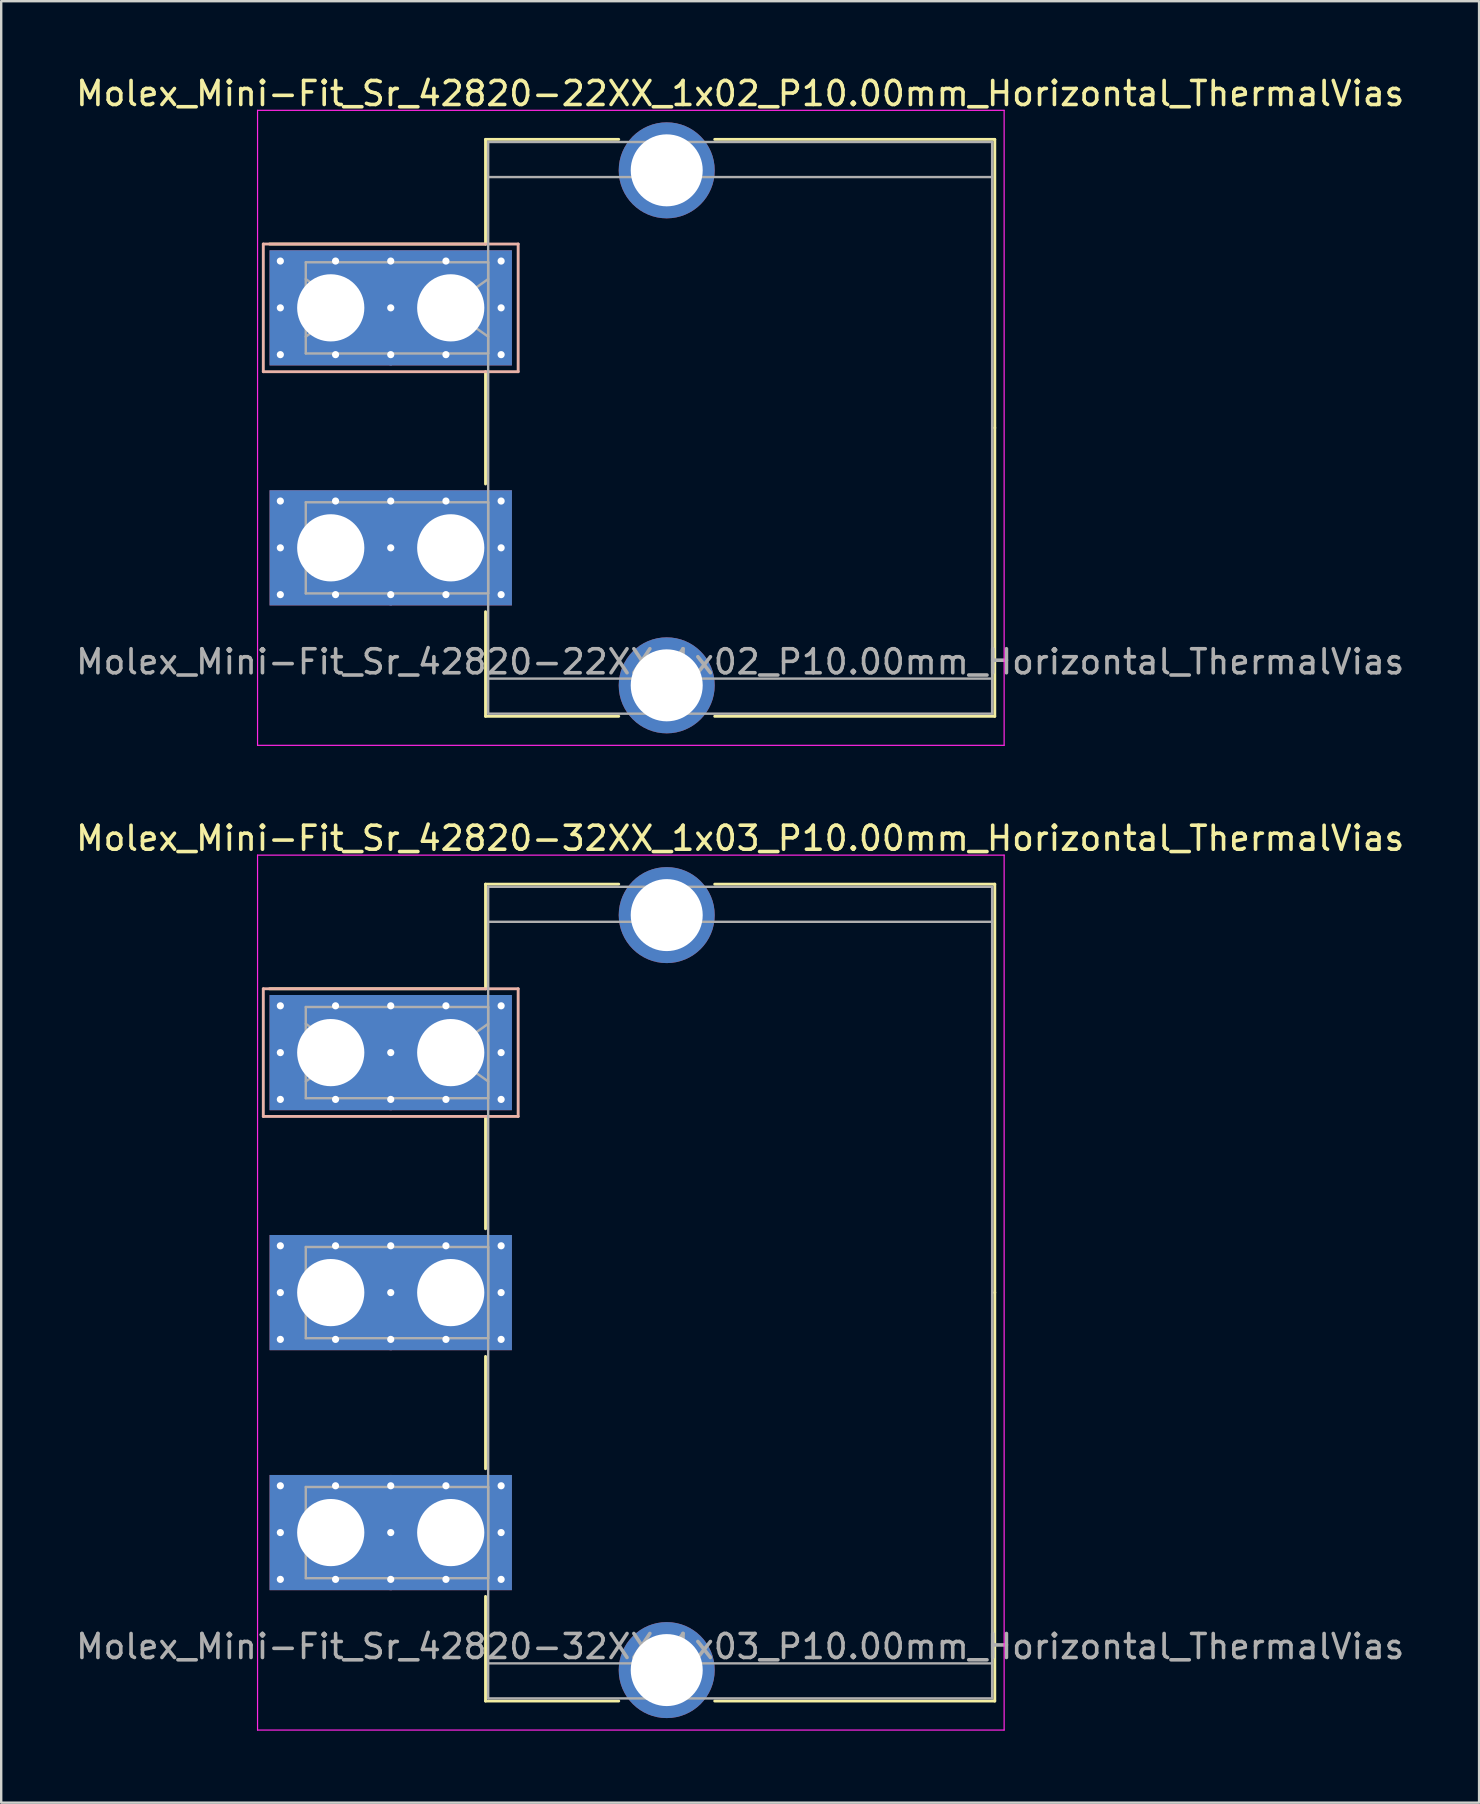
<source format=kicad_pcb>
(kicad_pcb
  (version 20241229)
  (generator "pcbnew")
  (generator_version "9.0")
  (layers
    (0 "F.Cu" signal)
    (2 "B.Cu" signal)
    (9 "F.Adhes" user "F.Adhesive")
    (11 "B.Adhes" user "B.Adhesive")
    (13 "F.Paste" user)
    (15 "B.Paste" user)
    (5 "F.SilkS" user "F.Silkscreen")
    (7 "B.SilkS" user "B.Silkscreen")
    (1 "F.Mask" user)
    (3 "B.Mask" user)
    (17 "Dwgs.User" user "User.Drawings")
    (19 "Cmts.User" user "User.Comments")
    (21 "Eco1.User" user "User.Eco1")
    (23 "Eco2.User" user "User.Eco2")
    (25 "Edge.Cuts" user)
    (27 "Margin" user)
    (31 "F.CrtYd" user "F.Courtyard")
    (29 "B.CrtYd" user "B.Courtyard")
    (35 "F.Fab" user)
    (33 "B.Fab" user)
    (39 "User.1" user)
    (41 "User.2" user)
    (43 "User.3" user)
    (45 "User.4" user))
  (footprint "Molex_Mini-Fit_Sr_42820-32XX_1x03_P10.00mm_Horizontal_ThermalVias"
    (layer "F.Cu")
    (at 10.732 40.812)
    (property "Reference" "Molex_Mini-Fit_Sr_42820-32XX_1x03_P10.00mm_Horizontal_ThermalVias" (at 17.06 -8.93 0) (layer "F.SilkS") (effects (font (size 1 1) (thickness 0.15))))
    (attr through_hole)
    (fp_line (start 6.45 -7.02) (end 12 -7.02) (stroke (width 0.12) (type solid)) (layer "F.SilkS"))
    (fp_line (start 6.45 -2.66) (end -2.55 -2.66) (stroke (width 0.12) (type solid)) (layer "F.SilkS"))
    (fp_line (start 6.45 -2.66) (end 6.45 -7.02) (stroke (width 0.12) (type solid)) (layer "F.SilkS"))
    (fp_line (start 6.45 2.66) (end 6.45 7.34) (stroke (width 0.12) (type solid)) (layer "F.SilkS"))
    (fp_line (start 6.45 12.66) (end 6.45 17.34) (stroke (width 0.12) (type solid)) (layer "F.SilkS"))
    (fp_line (start 6.45 22.66) (end 6.45 27.02) (stroke (width 0.12) (type solid)) (layer "F.SilkS"))
    (fp_line (start 6.45 27.02) (end 12 27.02) (stroke (width 0.12) (type solid)) (layer "F.SilkS"))
    (fp_line (start 16 -7.02) (end 27.67 -7.02) (stroke (width 0.12) (type solid)) (layer "F.SilkS"))
    (fp_line (start 16 27.02) (end 27.67 27.02) (stroke (width 0.12) (type solid)) (layer "F.SilkS"))
    (fp_line (start 27.67 -7.02) (end 27.67 10) (stroke (width 0.12) (type solid)) (layer "F.SilkS"))
    (fp_line (start 27.67 27.02) (end 27.67 10) (stroke (width 0.12) (type solid)) (layer "F.SilkS"))
    (fp_line (start -2.81 -2.66) (end -2.81 2.66) (stroke (width 0.12) (type solid)) (layer "B.SilkS"))
    (fp_line (start -2.81 2.66) (end 7.81 2.66) (stroke (width 0.12) (type solid)) (layer "B.SilkS"))
    (fp_line (start 7.81 -2.66) (end -2.81 -2.66) (stroke (width 0.12) (type solid)) (layer "B.SilkS"))
    (fp_line (start 7.81 2.66) (end 7.81 -2.66) (stroke (width 0.12) (type solid)) (layer "B.SilkS"))
    (fp_line (start -3.05 -8.23) (end -3.05 28.23) (stroke (width 0.05) (type solid)) (layer "F.CrtYd"))
    (fp_line (start -3.05 28.23) (end 28.06 28.23) (stroke (width 0.05) (type solid)) (layer "F.CrtYd"))
    (fp_line (start 28.06 -8.23) (end -3.05 -8.23) (stroke (width 0.05) (type solid)) (layer "F.CrtYd"))
    (fp_line (start 28.06 28.23) (end 28.06 -8.23) (stroke (width 0.05) (type solid)) (layer "F.CrtYd"))
    (fp_line (start -1.04 -1.9) (end 6.56 -1.9) (stroke (width 0.1) (type solid)) (layer "F.Fab"))
    (fp_line (start -1.04 -1.2) (end 0.657 0) (stroke (width 0.1) (type solid)) (layer "F.Fab"))
    (fp_line (start -1.04 1.9) (end -1.04 -1.9) (stroke (width 0.1) (type solid)) (layer "F.Fab"))
    (fp_line (start -1.04 8.1) (end 6.56 8.1) (stroke (width 0.1) (type solid)) (layer "F.Fab"))
    (fp_line (start -1.04 11.9) (end -1.04 8.1) (stroke (width 0.1) (type solid)) (layer "F.Fab"))
    (fp_line (start -1.04 18.1) (end 6.56 18.1) (stroke (width 0.1) (type solid)) (layer "F.Fab"))
    (fp_line (start -1.04 21.9) (end -1.04 18.1) (stroke (width 0.1) (type solid)) (layer "F.Fab"))
    (fp_line (start 0.657 0) (end -1.04 1.2) (stroke (width 0.1) (type solid)) (layer "F.Fab"))
    (fp_line (start 4.863 0) (end 6.56 1.2) (stroke (width 0.1) (type solid)) (layer "F.Fab"))
    (fp_line (start 6.56 -6.91) (end 6.56 26.91) (stroke (width 0.1) (type solid)) (layer "F.Fab"))
    (fp_line (start 6.56 -5.45) (end 27.56 -5.45) (stroke (width 0.1) (type solid)) (layer "F.Fab"))
    (fp_line (start 6.56 -1.9) (end 6.56 1.9) (stroke (width 0.1) (type solid)) (layer "F.Fab"))
    (fp_line (start 6.56 -1.2) (end 4.863 0) (stroke (width 0.1) (type solid)) (layer "F.Fab"))
    (fp_line (start 6.56 1.9) (end -1.04 1.9) (stroke (width 0.1) (type solid)) (layer "F.Fab"))
    (fp_line (start 6.56 8.1) (end 6.56 11.9) (stroke (width 0.1) (type solid)) (layer "F.Fab"))
    (fp_line (start 6.56 11.9) (end -1.04 11.9) (stroke (width 0.1) (type solid)) (layer "F.Fab"))
    (fp_line (start 6.56 18.1) (end 6.56 21.9) (stroke (width 0.1) (type solid)) (layer "F.Fab"))
    (fp_line (start 6.56 21.9) (end -1.04 21.9) (stroke (width 0.1) (type solid)) (layer "F.Fab"))
    (fp_line (start 6.56 25.45) (end 27.56 25.45) (stroke (width 0.1) (type solid)) (layer "F.Fab"))
    (fp_line (start 6.56 26.91) (end 27.56 26.91) (stroke (width 0.1) (type solid)) (layer "F.Fab"))
    (fp_line (start 27.56 -6.91) (end 6.56 -6.91) (stroke (width 0.1) (type solid)) (layer "F.Fab"))
    (fp_line (start 27.56 26.91) (end 27.56 -6.91) (stroke (width 0.1) (type solid)) (layer "F.Fab"))
    (fp_text user "${REFERENCE}" (at 17.06 24.75 0) (layer "F.Fab") (effects (font (size 1 1) (thickness 0.15))))
    (pad "" thru_hole circle (at 14 -5.73) (size 4 4) (drill 3) (layers "*.Cu" "*.Mask"))
    (pad "" thru_hole circle (at 14 25.73) (size 4 4) (drill 3) (layers "*.Cu" "*.Mask"))
    (pad "1" thru_hole roundrect (at -2.1 -1.95) (size 0.6 0.6) (drill 0.3) (layers "*.Cu" "*.Mask") (roundrect_rratio 0.25))
    (pad "1" thru_hole roundrect (at -2.1 0) (size 0.6 0.6) (drill 0.3) (layers "*.Cu" "*.Mask") (roundrect_rratio 0.25))
    (pad "1" thru_hole roundrect (at -2.1 1.95) (size 0.6 0.6) (drill 0.3) (layers "*.Cu" "*.Mask") (roundrect_rratio 0.25))
    (pad "1" thru_hole rect (at 0 0) (size 5.1 4.8) (drill 2.8) (layers "*.Cu" "*.Mask"))
    (pad "1" thru_hole roundrect (at 0.2 -1.95) (size 0.6 0.6) (drill 0.3) (layers "*.Cu" "*.Mask") (roundrect_rratio 0.25))
    (pad "1" thru_hole roundrect (at 0.2 1.95) (size 0.6 0.6) (drill 0.3) (layers "*.Cu" "*.Mask") (roundrect_rratio 0.25))
    (pad "1" thru_hole roundrect (at 2.5 -1.95) (size 0.6 0.6) (drill 0.3) (layers "*.Cu" "*.Mask") (roundrect_rratio 0.25))
    (pad "1" thru_hole roundrect (at 2.5 0) (size 0.6 0.6) (drill 0.3) (layers "*.Cu" "*.Mask") (roundrect_rratio 0.25))
    (pad "1" thru_hole roundrect (at 2.5 1.95) (size 0.6 0.6) (drill 0.3) (layers "*.Cu" "*.Mask") (roundrect_rratio 0.25))
    (pad "1" thru_hole roundrect (at 4.8 -1.95) (size 0.6 0.6) (drill 0.3) (layers "*.Cu" "*.Mask") (roundrect_rratio 0.25))
    (pad "1" thru_hole roundrect (at 4.8 1.95) (size 0.6 0.6) (drill 0.3) (layers "*.Cu" "*.Mask") (roundrect_rratio 0.25))
    (pad "1" thru_hole rect (at 5 0) (size 5.1 4.8) (drill 2.8) (layers "*.Cu" "*.Mask"))
    (pad "1" thru_hole roundrect (at 7.1 -1.95) (size 0.6 0.6) (drill 0.3) (layers "*.Cu" "*.Mask") (roundrect_rratio 0.25))
    (pad "1" thru_hole roundrect (at 7.1 0) (size 0.6 0.6) (drill 0.3) (layers "*.Cu" "*.Mask") (roundrect_rratio 0.25))
    (pad "1" thru_hole roundrect (at 7.1 1.95) (size 0.6 0.6) (drill 0.3) (layers "*.Cu" "*.Mask") (roundrect_rratio 0.25))
    (pad "2" thru_hole circle (at -2.1 8.05) (size 0.6 0.6) (drill 0.3) (layers "*.Cu" "*.Mask"))
    (pad "2" thru_hole circle (at -2.1 10) (size 0.6 0.6) (drill 0.3) (layers "*.Cu" "*.Mask"))
    (pad "2" thru_hole circle (at -2.1 11.95) (size 0.6 0.6) (drill 0.3) (layers "*.Cu" "*.Mask"))
    (pad "2" thru_hole rect (at 0 10) (size 5.1 4.8) (drill 2.8) (layers "*.Cu" "*.Mask"))
    (pad "2" thru_hole circle (at 0.2 8.05) (size 0.6 0.6) (drill 0.3) (layers "*.Cu" "*.Mask"))
    (pad "2" thru_hole circle (at 0.2 11.95) (size 0.6 0.6) (drill 0.3) (layers "*.Cu" "*.Mask"))
    (pad "2" thru_hole circle (at 2.5 8.05) (size 0.6 0.6) (drill 0.3) (layers "*.Cu" "*.Mask"))
    (pad "2" thru_hole circle (at 2.5 10) (size 0.6 0.6) (drill 0.3) (layers "*.Cu" "*.Mask"))
    (pad "2" thru_hole circle (at 2.5 11.95) (size 0.6 0.6) (drill 0.3) (layers "*.Cu" "*.Mask"))
    (pad "2" thru_hole circle (at 4.8 8.05) (size 0.6 0.6) (drill 0.3) (layers "*.Cu" "*.Mask"))
    (pad "2" thru_hole circle (at 4.8 11.95) (size 0.6 0.6) (drill 0.3) (layers "*.Cu" "*.Mask"))
    (pad "2" thru_hole rect (at 5 10) (size 5.1 4.8) (drill 2.8) (layers "*.Cu" "*.Mask"))
    (pad "2" thru_hole circle (at 7.1 8.05) (size 0.6 0.6) (drill 0.3) (layers "*.Cu" "*.Mask"))
    (pad "2" thru_hole circle (at 7.1 10) (size 0.6 0.6) (drill 0.3) (layers "*.Cu" "*.Mask"))
    (pad "2" thru_hole circle (at 7.1 11.95) (size 0.6 0.6) (drill 0.3) (layers "*.Cu" "*.Mask"))
    (pad "3" thru_hole circle (at -2.1 18.05) (size 0.6 0.6) (drill 0.3) (layers "*.Cu" "*.Mask"))
    (pad "3" thru_hole circle (at -2.1 20) (size 0.6 0.6) (drill 0.3) (layers "*.Cu" "*.Mask"))
    (pad "3" thru_hole circle (at -2.1 21.95) (size 0.6 0.6) (drill 0.3) (layers "*.Cu" "*.Mask"))
    (pad "3" thru_hole rect (at 0 20) (size 5.1 4.8) (drill 2.8) (layers "*.Cu" "*.Mask"))
    (pad "3" thru_hole circle (at 0.2 18.05) (size 0.6 0.6) (drill 0.3) (layers "*.Cu" "*.Mask"))
    (pad "3" thru_hole circle (at 0.2 21.95) (size 0.6 0.6) (drill 0.3) (layers "*.Cu" "*.Mask"))
    (pad "3" thru_hole circle (at 2.5 18.05) (size 0.6 0.6) (drill 0.3) (layers "*.Cu" "*.Mask"))
    (pad "3" thru_hole circle (at 2.5 20) (size 0.6 0.6) (drill 0.3) (layers "*.Cu" "*.Mask"))
    (pad "3" thru_hole circle (at 2.5 21.95) (size 0.6 0.6) (drill 0.3) (layers "*.Cu" "*.Mask"))
    (pad "3" thru_hole circle (at 4.8 18.05) (size 0.6 0.6) (drill 0.3) (layers "*.Cu" "*.Mask"))
    (pad "3" thru_hole circle (at 4.8 21.95) (size 0.6 0.6) (drill 0.3) (layers "*.Cu" "*.Mask"))
    (pad "3" thru_hole rect (at 5 20) (size 5.1 4.8) (drill 2.8) (layers "*.Cu" "*.Mask"))
    (pad "3" thru_hole circle (at 7.1 18.05) (size 0.6 0.6) (drill 0.3) (layers "*.Cu" "*.Mask"))
    (pad "3" thru_hole circle (at 7.1 20) (size 0.6 0.6) (drill 0.3) (layers "*.Cu" "*.Mask"))
    (pad "3" thru_hole circle (at 7.1 21.95) (size 0.6 0.6) (drill 0.3) (layers "*.Cu" "*.Mask")))
  (footprint "Molex_Mini-Fit_Sr_42820-22XX_1x02_P10.00mm_Horizontal_ThermalVias"
    (layer "F.Cu")
    (at 10.732 9.778)
    (property "Reference" "Molex_Mini-Fit_Sr_42820-22XX_1x02_P10.00mm_Horizontal_ThermalVias" (at 17.06 -8.93 0) (layer "F.SilkS") (effects (font (size 1 1) (thickness 0.15))))
    (attr through_hole)
    (fp_line (start 6.45 -7.02) (end 12 -7.02) (stroke (width 0.12) (type solid)) (layer "F.SilkS"))
    (fp_line (start 6.45 -2.66) (end -2.55 -2.66) (stroke (width 0.12) (type solid)) (layer "F.SilkS"))
    (fp_line (start 6.45 -2.66) (end 6.45 -7.02) (stroke (width 0.12) (type solid)) (layer "F.SilkS"))
    (fp_line (start 6.45 2.66) (end 6.45 7.34) (stroke (width 0.12) (type solid)) (layer "F.SilkS"))
    (fp_line (start 6.45 12.66) (end 6.45 17.02) (stroke (width 0.12) (type solid)) (layer "F.SilkS"))
    (fp_line (start 6.45 17.02) (end 12 17.02) (stroke (width 0.12) (type solid)) (layer "F.SilkS"))
    (fp_line (start 16 -7.02) (end 27.67 -7.02) (stroke (width 0.12) (type solid)) (layer "F.SilkS"))
    (fp_line (start 16 17.02) (end 27.67 17.02) (stroke (width 0.12) (type solid)) (layer "F.SilkS"))
    (fp_line (start 27.67 -7.02) (end 27.67 5) (stroke (width 0.12) (type solid)) (layer "F.SilkS"))
    (fp_line (start 27.67 17.02) (end 27.67 5) (stroke (width 0.12) (type solid)) (layer "F.SilkS"))
    (fp_line (start -2.81 -2.66) (end -2.81 2.66) (stroke (width 0.12) (type solid)) (layer "B.SilkS"))
    (fp_line (start -2.81 2.66) (end 7.81 2.66) (stroke (width 0.12) (type solid)) (layer "B.SilkS"))
    (fp_line (start 7.81 -2.66) (end -2.81 -2.66) (stroke (width 0.12) (type solid)) (layer "B.SilkS"))
    (fp_line (start 7.81 2.66) (end 7.81 -2.66) (stroke (width 0.12) (type solid)) (layer "B.SilkS"))
    (fp_line (start -3.05 -8.23) (end -3.05 18.23) (stroke (width 0.05) (type solid)) (layer "F.CrtYd"))
    (fp_line (start -3.05 18.23) (end 28.06 18.23) (stroke (width 0.05) (type solid)) (layer "F.CrtYd"))
    (fp_line (start 28.06 -8.23) (end -3.05 -8.23) (stroke (width 0.05) (type solid)) (layer "F.CrtYd"))
    (fp_line (start 28.06 18.23) (end 28.06 -8.23) (stroke (width 0.05) (type solid)) (layer "F.CrtYd"))
    (fp_line (start -1.04 -1.9) (end 6.56 -1.9) (stroke (width 0.1) (type solid)) (layer "F.Fab"))
    (fp_line (start -1.04 -1.2) (end 0.657 0) (stroke (width 0.1) (type solid)) (layer "F.Fab"))
    (fp_line (start -1.04 1.9) (end -1.04 -1.9) (stroke (width 0.1) (type solid)) (layer "F.Fab"))
    (fp_line (start -1.04 8.1) (end 6.56 8.1) (stroke (width 0.1) (type solid)) (layer "F.Fab"))
    (fp_line (start -1.04 11.9) (end -1.04 8.1) (stroke (width 0.1) (type solid)) (layer "F.Fab"))
    (fp_line (start 0.657 0) (end -1.04 1.2) (stroke (width 0.1) (type solid)) (layer "F.Fab"))
    (fp_line (start 4.863 0) (end 6.56 1.2) (stroke (width 0.1) (type solid)) (layer "F.Fab"))
    (fp_line (start 6.56 -6.91) (end 6.56 16.91) (stroke (width 0.1) (type solid)) (layer "F.Fab"))
    (fp_line (start 6.56 -5.45) (end 27.56 -5.45) (stroke (width 0.1) (type solid)) (layer "F.Fab"))
    (fp_line (start 6.56 -1.9) (end 6.56 1.9) (stroke (width 0.1) (type solid)) (layer "F.Fab"))
    (fp_line (start 6.56 -1.2) (end 4.863 0) (stroke (width 0.1) (type solid)) (layer "F.Fab"))
    (fp_line (start 6.56 1.9) (end -1.04 1.9) (stroke (width 0.1) (type solid)) (layer "F.Fab"))
    (fp_line (start 6.56 8.1) (end 6.56 11.9) (stroke (width 0.1) (type solid)) (layer "F.Fab"))
    (fp_line (start 6.56 11.9) (end -1.04 11.9) (stroke (width 0.1) (type solid)) (layer "F.Fab"))
    (fp_line (start 6.56 15.45) (end 27.56 15.45) (stroke (width 0.1) (type solid)) (layer "F.Fab"))
    (fp_line (start 6.56 16.91) (end 27.56 16.91) (stroke (width 0.1) (type solid)) (layer "F.Fab"))
    (fp_line (start 27.56 -6.91) (end 6.56 -6.91) (stroke (width 0.1) (type solid)) (layer "F.Fab"))
    (fp_line (start 27.56 16.91) (end 27.56 -6.91) (stroke (width 0.1) (type solid)) (layer "F.Fab"))
    (fp_text user "${REFERENCE}" (at 17.06 14.75 0) (layer "F.Fab") (effects (font (size 1 1) (thickness 0.15))))
    (pad "" thru_hole circle (at 14 -5.73) (size 4 4) (drill 3) (layers "*.Cu" "*.Mask"))
    (pad "" thru_hole circle (at 14 15.73) (size 4 4) (drill 3) (layers "*.Cu" "*.Mask"))
    (pad "1" thru_hole roundrect (at -2.1 -1.95) (size 0.6 0.6) (drill 0.3) (layers "*.Cu" "*.Mask") (roundrect_rratio 0.25))
    (pad "1" thru_hole roundrect (at -2.1 0) (size 0.6 0.6) (drill 0.3) (layers "*.Cu" "*.Mask") (roundrect_rratio 0.25))
    (pad "1" thru_hole roundrect (at -2.1 1.95) (size 0.6 0.6) (drill 0.3) (layers "*.Cu" "*.Mask") (roundrect_rratio 0.25))
    (pad "1" thru_hole rect (at 0 0) (size 5.1 4.8) (drill 2.8) (layers "*.Cu" "*.Mask"))
    (pad "1" thru_hole roundrect (at 0.2 -1.95) (size 0.6 0.6) (drill 0.3) (layers "*.Cu" "*.Mask") (roundrect_rratio 0.25))
    (pad "1" thru_hole roundrect (at 0.2 1.95) (size 0.6 0.6) (drill 0.3) (layers "*.Cu" "*.Mask") (roundrect_rratio 0.25))
    (pad "1" thru_hole roundrect (at 2.5 -1.95) (size 0.6 0.6) (drill 0.3) (layers "*.Cu" "*.Mask") (roundrect_rratio 0.25))
    (pad "1" thru_hole roundrect (at 2.5 0) (size 0.6 0.6) (drill 0.3) (layers "*.Cu" "*.Mask") (roundrect_rratio 0.25))
    (pad "1" thru_hole roundrect (at 2.5 1.95) (size 0.6 0.6) (drill 0.3) (layers "*.Cu" "*.Mask") (roundrect_rratio 0.25))
    (pad "1" thru_hole roundrect (at 4.8 -1.95) (size 0.6 0.6) (drill 0.3) (layers "*.Cu" "*.Mask") (roundrect_rratio 0.25))
    (pad "1" thru_hole roundrect (at 4.8 1.95) (size 0.6 0.6) (drill 0.3) (layers "*.Cu" "*.Mask") (roundrect_rratio 0.25))
    (pad "1" thru_hole rect (at 5 0) (size 5.1 4.8) (drill 2.8) (layers "*.Cu" "*.Mask"))
    (pad "1" thru_hole roundrect (at 7.1 -1.95) (size 0.6 0.6) (drill 0.3) (layers "*.Cu" "*.Mask") (roundrect_rratio 0.25))
    (pad "1" thru_hole roundrect (at 7.1 0) (size 0.6 0.6) (drill 0.3) (layers "*.Cu" "*.Mask") (roundrect_rratio 0.25))
    (pad "1" thru_hole roundrect (at 7.1 1.95) (size 0.6 0.6) (drill 0.3) (layers "*.Cu" "*.Mask") (roundrect_rratio 0.25))
    (pad "2" thru_hole circle (at -2.1 8.05) (size 0.6 0.6) (drill 0.3) (layers "*.Cu" "*.Mask"))
    (pad "2" thru_hole circle (at -2.1 10) (size 0.6 0.6) (drill 0.3) (layers "*.Cu" "*.Mask"))
    (pad "2" thru_hole circle (at -2.1 11.95) (size 0.6 0.6) (drill 0.3) (layers "*.Cu" "*.Mask"))
    (pad "2" thru_hole rect (at 0 10) (size 5.1 4.8) (drill 2.8) (layers "*.Cu" "*.Mask"))
    (pad "2" thru_hole circle (at 0.2 8.05) (size 0.6 0.6) (drill 0.3) (layers "*.Cu" "*.Mask"))
    (pad "2" thru_hole circle (at 0.2 11.95) (size 0.6 0.6) (drill 0.3) (layers "*.Cu" "*.Mask"))
    (pad "2" thru_hole circle (at 2.5 8.05) (size 0.6 0.6) (drill 0.3) (layers "*.Cu" "*.Mask"))
    (pad "2" thru_hole circle (at 2.5 10) (size 0.6 0.6) (drill 0.3) (layers "*.Cu" "*.Mask"))
    (pad "2" thru_hole circle (at 2.5 11.95) (size 0.6 0.6) (drill 0.3) (layers "*.Cu" "*.Mask"))
    (pad "2" thru_hole circle (at 4.8 8.05) (size 0.6 0.6) (drill 0.3) (layers "*.Cu" "*.Mask"))
    (pad "2" thru_hole circle (at 4.8 11.95) (size 0.6 0.6) (drill 0.3) (layers "*.Cu" "*.Mask"))
    (pad "2" thru_hole rect (at 5 10) (size 5.1 4.8) (drill 2.8) (layers "*.Cu" "*.Mask"))
    (pad "2" thru_hole circle (at 7.1 8.05) (size 0.6 0.6) (drill 0.3) (layers "*.Cu" "*.Mask"))
    (pad "2" thru_hole circle (at 7.1 10) (size 0.6 0.6) (drill 0.3) (layers "*.Cu" "*.Mask"))
    (pad "2" thru_hole circle (at 7.1 11.95) (size 0.6 0.6) (drill 0.3) (layers "*.Cu" "*.Mask")))
  (gr_rect
    (start -3 -3)
    (end 58.583 72.067)
    (stroke (width 0.1) (type default))
    (fill no)
    (layer "Edge.Cuts")))
</source>
